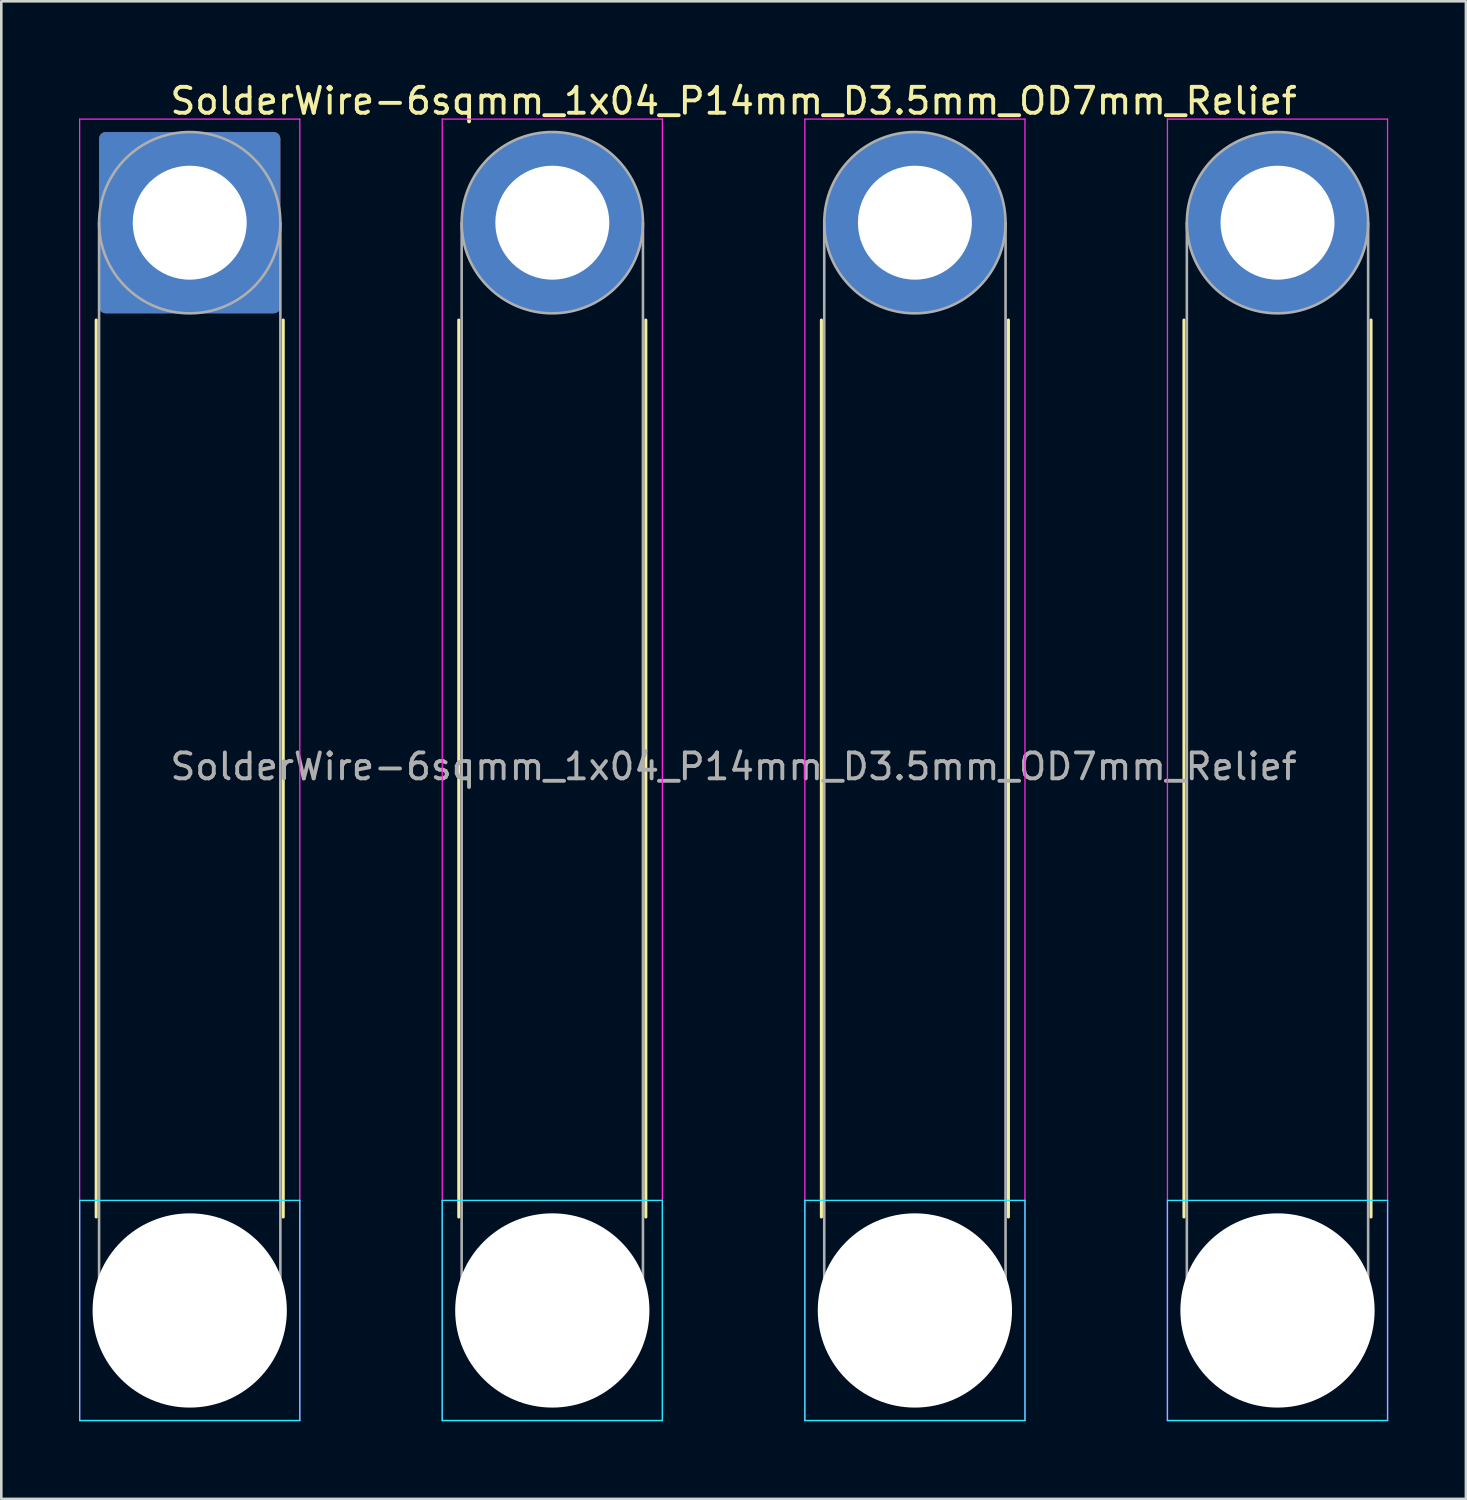
<source format=kicad_pcb>
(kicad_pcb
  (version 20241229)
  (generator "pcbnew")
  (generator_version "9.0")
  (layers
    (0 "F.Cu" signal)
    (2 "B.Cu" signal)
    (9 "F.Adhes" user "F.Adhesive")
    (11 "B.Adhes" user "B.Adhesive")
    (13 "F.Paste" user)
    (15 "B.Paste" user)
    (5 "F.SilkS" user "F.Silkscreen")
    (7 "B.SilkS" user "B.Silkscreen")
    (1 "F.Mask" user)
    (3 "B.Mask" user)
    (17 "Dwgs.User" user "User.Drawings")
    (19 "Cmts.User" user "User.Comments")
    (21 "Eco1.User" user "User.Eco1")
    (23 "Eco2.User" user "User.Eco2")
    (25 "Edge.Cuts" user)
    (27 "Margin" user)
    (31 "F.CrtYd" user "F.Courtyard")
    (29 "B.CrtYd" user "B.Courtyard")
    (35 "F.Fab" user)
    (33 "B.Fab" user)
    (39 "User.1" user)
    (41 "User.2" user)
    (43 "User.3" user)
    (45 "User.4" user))
  (footprint "SolderWire-6sqmm_1x04_P14mm_D3.5mm_OD7mm_Relief"
    (layer "F.Cu")
    (at 4.275 5.548)
    (property "Reference" "SolderWire-6sqmm_1x04_P14mm_D3.5mm_OD7mm_Relief" (at 21 -4.7 0) (layer "F.SilkS") (effects (font (size 1 1) (thickness 0.15))))
    (attr exclude_from_pos_files exclude_from_bom)
    (fp_line (start -3.61 3.76) (end -3.61 38.39) (stroke (width 0.12) (type solid)) (layer "F.SilkS"))
    (fp_line (start 3.61 3.76) (end 3.61 38.39) (stroke (width 0.12) (type solid)) (layer "F.SilkS"))
    (fp_line (start 10.39 3.76) (end 10.39 38.39) (stroke (width 0.12) (type solid)) (layer "F.SilkS"))
    (fp_line (start 17.61 3.76) (end 17.61 38.39) (stroke (width 0.12) (type solid)) (layer "F.SilkS"))
    (fp_line (start 24.39 3.76) (end 24.39 38.39) (stroke (width 0.12) (type solid)) (layer "F.SilkS"))
    (fp_line (start 31.61 3.76) (end 31.61 38.39) (stroke (width 0.12) (type solid)) (layer "F.SilkS"))
    (fp_line (start 38.39 3.76) (end 38.39 38.39) (stroke (width 0.12) (type solid)) (layer "F.SilkS"))
    (fp_line (start 45.61 3.76) (end 45.61 38.39) (stroke (width 0.12) (type solid)) (layer "F.SilkS"))
    (fp_line (start -4.25 37.75) (end -4.25 46.25) (stroke (width 0.05) (type solid)) (layer "B.CrtYd"))
    (fp_line (start -4.25 46.25) (end 4.25 46.25) (stroke (width 0.05) (type solid)) (layer "B.CrtYd"))
    (fp_line (start 4.25 37.75) (end -4.25 37.75) (stroke (width 0.05) (type solid)) (layer "B.CrtYd"))
    (fp_line (start 4.25 46.25) (end 4.25 37.75) (stroke (width 0.05) (type solid)) (layer "B.CrtYd"))
    (fp_line (start 9.75 37.75) (end 9.75 46.25) (stroke (width 0.05) (type solid)) (layer "B.CrtYd"))
    (fp_line (start 9.75 46.25) (end 18.25 46.25) (stroke (width 0.05) (type solid)) (layer "B.CrtYd"))
    (fp_line (start 18.25 37.75) (end 9.75 37.75) (stroke (width 0.05) (type solid)) (layer "B.CrtYd"))
    (fp_line (start 18.25 46.25) (end 18.25 37.75) (stroke (width 0.05) (type solid)) (layer "B.CrtYd"))
    (fp_line (start 23.75 37.75) (end 23.75 46.25) (stroke (width 0.05) (type solid)) (layer "B.CrtYd"))
    (fp_line (start 23.75 46.25) (end 32.25 46.25) (stroke (width 0.05) (type solid)) (layer "B.CrtYd"))
    (fp_line (start 32.25 37.75) (end 23.75 37.75) (stroke (width 0.05) (type solid)) (layer "B.CrtYd"))
    (fp_line (start 32.25 46.25) (end 32.25 37.75) (stroke (width 0.05) (type solid)) (layer "B.CrtYd"))
    (fp_line (start 37.75 37.75) (end 37.75 46.25) (stroke (width 0.05) (type solid)) (layer "B.CrtYd"))
    (fp_line (start 37.75 46.25) (end 46.25 46.25) (stroke (width 0.05) (type solid)) (layer "B.CrtYd"))
    (fp_line (start 46.25 37.75) (end 37.75 37.75) (stroke (width 0.05) (type solid)) (layer "B.CrtYd"))
    (fp_line (start 46.25 46.25) (end 46.25 37.75) (stroke (width 0.05) (type solid)) (layer "B.CrtYd"))
    (fp_line (start -4.25 -4) (end -4.25 46.25) (stroke (width 0.05) (type solid)) (layer "F.CrtYd"))
    (fp_line (start -4.25 46.25) (end 4.25 46.25) (stroke (width 0.05) (type solid)) (layer "F.CrtYd"))
    (fp_line (start 4.25 -4) (end -4.25 -4) (stroke (width 0.05) (type solid)) (layer "F.CrtYd"))
    (fp_line (start 4.25 46.25) (end 4.25 -4) (stroke (width 0.05) (type solid)) (layer "F.CrtYd"))
    (fp_line (start 9.75 -4) (end 9.75 46.25) (stroke (width 0.05) (type solid)) (layer "F.CrtYd"))
    (fp_line (start 9.75 46.25) (end 18.25 46.25) (stroke (width 0.05) (type solid)) (layer "F.CrtYd"))
    (fp_line (start 18.25 -4) (end 9.75 -4) (stroke (width 0.05) (type solid)) (layer "F.CrtYd"))
    (fp_line (start 18.25 46.25) (end 18.25 -4) (stroke (width 0.05) (type solid)) (layer "F.CrtYd"))
    (fp_line (start 23.75 -4) (end 23.75 46.25) (stroke (width 0.05) (type solid)) (layer "F.CrtYd"))
    (fp_line (start 23.75 46.25) (end 32.25 46.25) (stroke (width 0.05) (type solid)) (layer "F.CrtYd"))
    (fp_line (start 32.25 -4) (end 23.75 -4) (stroke (width 0.05) (type solid)) (layer "F.CrtYd"))
    (fp_line (start 32.25 46.25) (end 32.25 -4) (stroke (width 0.05) (type solid)) (layer "F.CrtYd"))
    (fp_line (start 37.75 -4) (end 37.75 46.25) (stroke (width 0.05) (type solid)) (layer "F.CrtYd"))
    (fp_line (start 37.75 46.25) (end 46.25 46.25) (stroke (width 0.05) (type solid)) (layer "F.CrtYd"))
    (fp_line (start 46.25 -4) (end 37.75 -4) (stroke (width 0.05) (type solid)) (layer "F.CrtYd"))
    (fp_line (start 46.25 46.25) (end 46.25 -4) (stroke (width 0.05) (type solid)) (layer "F.CrtYd"))
    (fp_line (start -3.5 0) (end -3.5 42) (stroke (width 0.1) (type solid)) (layer "F.Fab"))
    (fp_line (start 3.5 0) (end 3.5 42) (stroke (width 0.1) (type solid)) (layer "F.Fab"))
    (fp_line (start 10.5 0) (end 10.5 42) (stroke (width 0.1) (type solid)) (layer "F.Fab"))
    (fp_line (start 17.5 0) (end 17.5 42) (stroke (width 0.1) (type solid)) (layer "F.Fab"))
    (fp_line (start 24.5 0) (end 24.5 42) (stroke (width 0.1) (type solid)) (layer "F.Fab"))
    (fp_line (start 31.5 0) (end 31.5 42) (stroke (width 0.1) (type solid)) (layer "F.Fab"))
    (fp_line (start 38.5 0) (end 38.5 42) (stroke (width 0.1) (type solid)) (layer "F.Fab"))
    (fp_line (start 45.5 0) (end 45.5 42) (stroke (width 0.1) (type solid)) (layer "F.Fab"))
    (fp_circle (center 0 0) (end 3.5 0) (stroke (width 0.1) (type solid)) (fill no) (layer "F.Fab"))
    (fp_circle (center 0 42) (end 3.5 42) (stroke (width 0.1) (type solid)) (fill no) (layer "F.Fab"))
    (fp_circle (center 14 0) (end 17.5 0) (stroke (width 0.1) (type solid)) (fill no) (layer "F.Fab"))
    (fp_circle (center 14 42) (end 17.5 42) (stroke (width 0.1) (type solid)) (fill no) (layer "F.Fab"))
    (fp_circle (center 28 0) (end 31.5 0) (stroke (width 0.1) (type solid)) (fill no) (layer "F.Fab"))
    (fp_circle (center 28 42) (end 31.5 42) (stroke (width 0.1) (type solid)) (fill no) (layer "F.Fab"))
    (fp_circle (center 42 0) (end 45.5 0) (stroke (width 0.1) (type solid)) (fill no) (layer "F.Fab"))
    (fp_circle (center 42 42) (end 45.5 42) (stroke (width 0.1) (type solid)) (fill no) (layer "F.Fab"))
    (fp_text user "${REFERENCE}" (at 21 21 0) (layer "F.Fab") (effects (font (size 1 1) (thickness 0.15))))
    (pad "" np_thru_hole circle (at 0 42) (size 7.5 7.5) (drill 7.5) (layers "*.Cu" "*.Mask"))
    (pad "" np_thru_hole circle (at 14 42) (size 7.5 7.5) (drill 7.5) (layers "*.Cu" "*.Mask"))
    (pad "" np_thru_hole circle (at 28 42) (size 7.5 7.5) (drill 7.5) (layers "*.Cu" "*.Mask"))
    (pad "" np_thru_hole circle (at 42 42) (size 7.5 7.5) (drill 7.5) (layers "*.Cu" "*.Mask"))
    (pad "1" thru_hole roundrect (at 0 0) (size 7 7) (drill 4.4) (layers "*.Cu" "*.Mask") (roundrect_rratio 0.036))
    (pad "2" thru_hole circle (at 14 0) (size 7 7) (drill 4.4) (layers "*.Cu" "*.Mask"))
    (pad "3" thru_hole circle (at 28 0) (size 7 7) (drill 4.4) (layers "*.Cu" "*.Mask"))
    (pad "4" thru_hole circle (at 42 0) (size 7 7) (drill 4.4) (layers "*.Cu" "*.Mask")))
  (gr_rect
    (start -3 -3)
    (end 53.55 54.823)
    (stroke (width 0.1) (type default))
    (fill no)
    (layer "Edge.Cuts")))
</source>
